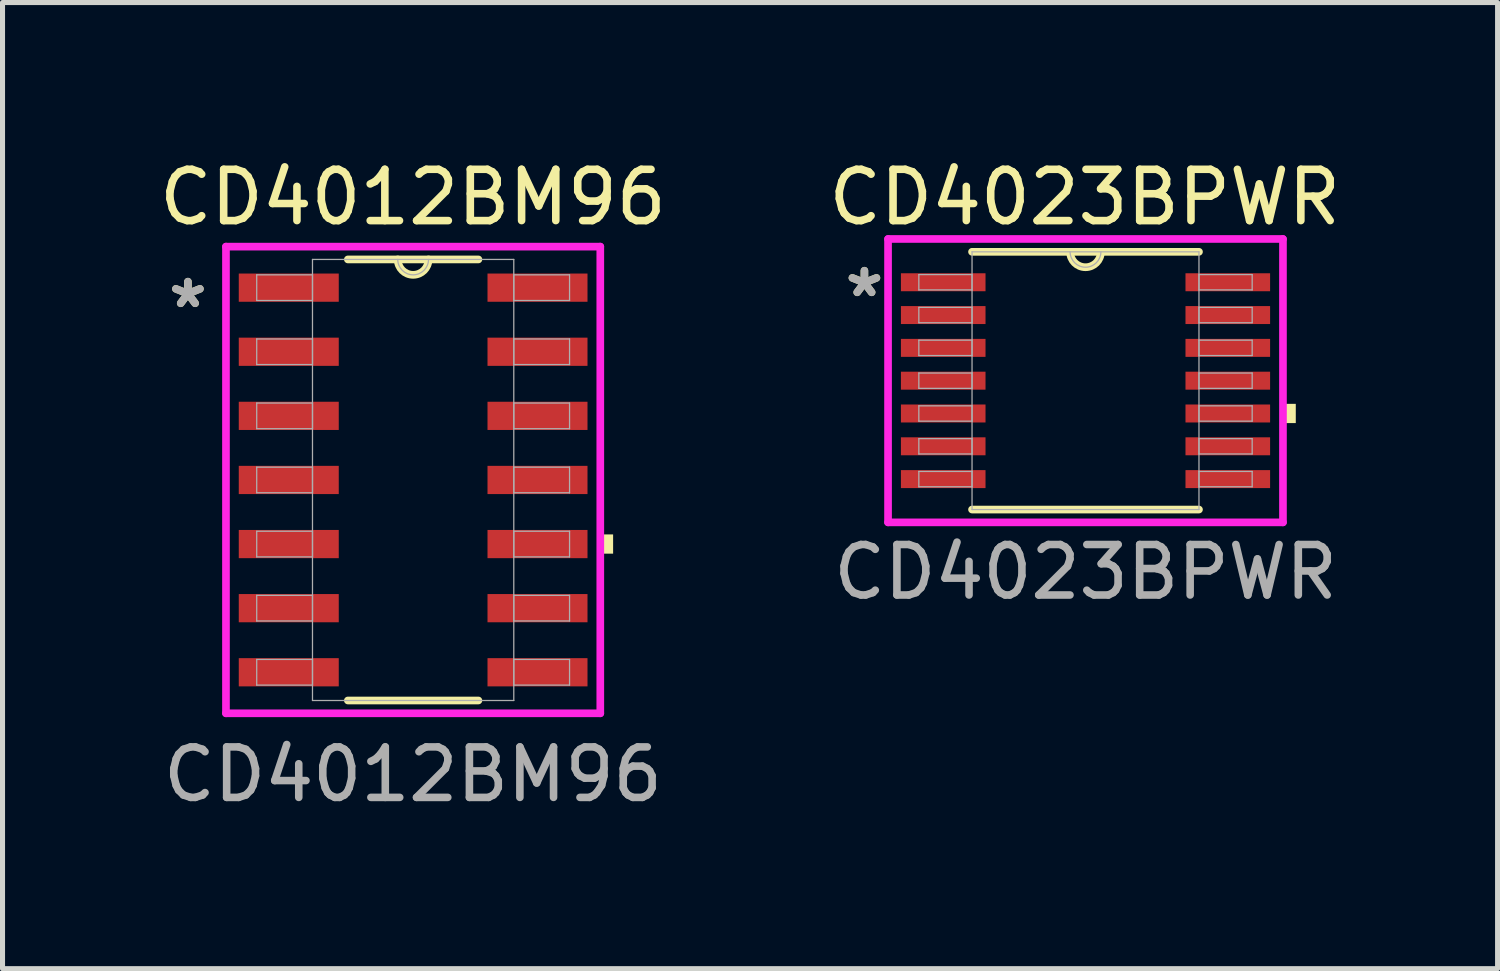
<source format=kicad_pcb>
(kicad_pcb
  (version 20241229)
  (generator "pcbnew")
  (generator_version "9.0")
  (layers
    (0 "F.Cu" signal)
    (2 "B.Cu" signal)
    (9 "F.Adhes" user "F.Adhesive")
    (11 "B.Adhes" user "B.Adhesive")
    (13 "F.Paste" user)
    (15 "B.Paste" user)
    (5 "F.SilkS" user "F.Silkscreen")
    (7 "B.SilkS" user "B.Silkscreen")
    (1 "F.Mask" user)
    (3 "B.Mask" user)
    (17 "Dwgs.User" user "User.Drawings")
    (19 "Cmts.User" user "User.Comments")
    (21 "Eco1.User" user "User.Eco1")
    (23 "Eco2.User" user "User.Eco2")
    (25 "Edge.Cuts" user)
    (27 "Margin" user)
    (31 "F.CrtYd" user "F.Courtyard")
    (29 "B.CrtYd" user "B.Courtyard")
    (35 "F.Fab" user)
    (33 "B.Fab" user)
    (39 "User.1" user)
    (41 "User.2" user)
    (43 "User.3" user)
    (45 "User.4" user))
  (footprint "CD4012BM96"
    (layer "F.Cu")
    (at 5.135 6.459)
    (property "Reference" "CD4012BM96" (at -0.004 -5.601 0) (unlocked yes) (layer "F.SilkS") (effects (font (size 1.016 1.016) (thickness 0.15))))
    (attr smd)
    (fp_line (start -1.293 4.369) (end 1.293 4.369) (stroke (width 0.152) (type solid)) (layer "F.SilkS"))
    (fp_line (start 1.293 -4.369) (end -1.293 -4.369) (stroke (width 0.152) (type solid)) (layer "F.SilkS"))
    (fp_arc (start 0.3048 -4.3688) (mid 0 -4.064) (end -0.3048 -4.3688) (stroke (width 0.1524) (type solid)) (layer "F.SilkS"))
    (fp_poly (pts (xy 3.962 1.079) (xy 3.962 1.46) (xy 3.708 1.46) (xy 3.708 1.079)) (stroke (width 0) (type solid)) (fill yes) (layer "F.SilkS"))
    (fp_line (start -3.708 -4.623) (end 3.708 -4.623) (stroke (width 0.152) (type solid)) (layer "F.CrtYd"))
    (fp_line (start -3.708 4.623) (end -3.708 -4.623) (stroke (width 0.152) (type solid)) (layer "F.CrtYd"))
    (fp_line (start 3.708 -4.623) (end 3.708 4.623) (stroke (width 0.152) (type solid)) (layer "F.CrtYd"))
    (fp_line (start 3.708 4.623) (end -3.708 4.623) (stroke (width 0.152) (type solid)) (layer "F.CrtYd"))
    (fp_line (start -3.099 -4.064) (end -3.099 -3.556) (stroke (width 0.025) (type solid)) (layer "F.Fab"))
    (fp_line (start -3.099 -3.556) (end -1.994 -3.556) (stroke (width 0.025) (type solid)) (layer "F.Fab"))
    (fp_line (start -3.099 -2.794) (end -3.099 -2.286) (stroke (width 0.025) (type solid)) (layer "F.Fab"))
    (fp_line (start -3.099 -2.286) (end -1.994 -2.286) (stroke (width 0.025) (type solid)) (layer "F.Fab"))
    (fp_line (start -3.099 -1.524) (end -3.099 -1.016) (stroke (width 0.025) (type solid)) (layer "F.Fab"))
    (fp_line (start -3.099 -1.016) (end -1.994 -1.016) (stroke (width 0.025) (type solid)) (layer "F.Fab"))
    (fp_line (start -3.099 -0.254) (end -3.099 0.254) (stroke (width 0.025) (type solid)) (layer "F.Fab"))
    (fp_line (start -3.099 0.254) (end -1.994 0.254) (stroke (width 0.025) (type solid)) (layer "F.Fab"))
    (fp_line (start -3.099 1.016) (end -3.099 1.524) (stroke (width 0.025) (type solid)) (layer "F.Fab"))
    (fp_line (start -3.099 1.524) (end -1.994 1.524) (stroke (width 0.025) (type solid)) (layer "F.Fab"))
    (fp_line (start -3.099 2.286) (end -3.099 2.794) (stroke (width 0.025) (type solid)) (layer "F.Fab"))
    (fp_line (start -3.099 2.794) (end -1.994 2.794) (stroke (width 0.025) (type solid)) (layer "F.Fab"))
    (fp_line (start -3.099 3.556) (end -3.099 4.064) (stroke (width 0.025) (type solid)) (layer "F.Fab"))
    (fp_line (start -3.099 4.064) (end -1.994 4.064) (stroke (width 0.025) (type solid)) (layer "F.Fab"))
    (fp_line (start -1.994 -4.369) (end -1.994 4.369) (stroke (width 0.025) (type solid)) (layer "F.Fab"))
    (fp_line (start -1.994 -4.064) (end -3.099 -4.064) (stroke (width 0.025) (type solid)) (layer "F.Fab"))
    (fp_line (start -1.994 -3.556) (end -1.994 -4.064) (stroke (width 0.025) (type solid)) (layer "F.Fab"))
    (fp_line (start -1.994 -2.794) (end -3.099 -2.794) (stroke (width 0.025) (type solid)) (layer "F.Fab"))
    (fp_line (start -1.994 -2.286) (end -1.994 -2.794) (stroke (width 0.025) (type solid)) (layer "F.Fab"))
    (fp_line (start -1.994 -1.524) (end -3.099 -1.524) (stroke (width 0.025) (type solid)) (layer "F.Fab"))
    (fp_line (start -1.994 -1.016) (end -1.994 -1.524) (stroke (width 0.025) (type solid)) (layer "F.Fab"))
    (fp_line (start -1.994 -0.254) (end -3.099 -0.254) (stroke (width 0.025) (type solid)) (layer "F.Fab"))
    (fp_line (start -1.994 0.254) (end -1.994 -0.254) (stroke (width 0.025) (type solid)) (layer "F.Fab"))
    (fp_line (start -1.994 1.016) (end -3.099 1.016) (stroke (width 0.025) (type solid)) (layer "F.Fab"))
    (fp_line (start -1.994 1.524) (end -1.994 1.016) (stroke (width 0.025) (type solid)) (layer "F.Fab"))
    (fp_line (start -1.994 2.286) (end -3.099 2.286) (stroke (width 0.025) (type solid)) (layer "F.Fab"))
    (fp_line (start -1.994 2.794) (end -1.994 2.286) (stroke (width 0.025) (type solid)) (layer "F.Fab"))
    (fp_line (start -1.994 3.556) (end -3.099 3.556) (stroke (width 0.025) (type solid)) (layer "F.Fab"))
    (fp_line (start -1.994 4.064) (end -1.994 3.556) (stroke (width 0.025) (type solid)) (layer "F.Fab"))
    (fp_line (start -1.994 4.369) (end 1.994 4.369) (stroke (width 0.025) (type solid)) (layer "F.Fab"))
    (fp_line (start 1.994 -4.369) (end -1.994 -4.369) (stroke (width 0.025) (type solid)) (layer "F.Fab"))
    (fp_line (start 1.994 -4.064) (end 1.994 -3.556) (stroke (width 0.025) (type solid)) (layer "F.Fab"))
    (fp_line (start 1.994 -3.556) (end 3.099 -3.556) (stroke (width 0.025) (type solid)) (layer "F.Fab"))
    (fp_line (start 1.994 -2.794) (end 1.994 -2.286) (stroke (width 0.025) (type solid)) (layer "F.Fab"))
    (fp_line (start 1.994 -2.286) (end 3.099 -2.286) (stroke (width 0.025) (type solid)) (layer "F.Fab"))
    (fp_line (start 1.994 -1.524) (end 1.994 -1.016) (stroke (width 0.025) (type solid)) (layer "F.Fab"))
    (fp_line (start 1.994 -1.016) (end 3.099 -1.016) (stroke (width 0.025) (type solid)) (layer "F.Fab"))
    (fp_line (start 1.994 -0.254) (end 1.994 0.254) (stroke (width 0.025) (type solid)) (layer "F.Fab"))
    (fp_line (start 1.994 0.254) (end 3.099 0.254) (stroke (width 0.025) (type solid)) (layer "F.Fab"))
    (fp_line (start 1.994 1.016) (end 1.994 1.524) (stroke (width 0.025) (type solid)) (layer "F.Fab"))
    (fp_line (start 1.994 1.524) (end 3.099 1.524) (stroke (width 0.025) (type solid)) (layer "F.Fab"))
    (fp_line (start 1.994 2.286) (end 1.994 2.794) (stroke (width 0.025) (type solid)) (layer "F.Fab"))
    (fp_line (start 1.994 2.794) (end 3.099 2.794) (stroke (width 0.025) (type solid)) (layer "F.Fab"))
    (fp_line (start 1.994 3.556) (end 1.994 4.064) (stroke (width 0.025) (type solid)) (layer "F.Fab"))
    (fp_line (start 1.994 4.064) (end 3.099 4.064) (stroke (width 0.025) (type solid)) (layer "F.Fab"))
    (fp_line (start 1.994 4.369) (end 1.994 -4.369) (stroke (width 0.025) (type solid)) (layer "F.Fab"))
    (fp_line (start 3.099 -4.064) (end 1.994 -4.064) (stroke (width 0.025) (type solid)) (layer "F.Fab"))
    (fp_line (start 3.099 -3.556) (end 3.099 -4.064) (stroke (width 0.025) (type solid)) (layer "F.Fab"))
    (fp_line (start 3.099 -2.794) (end 1.994 -2.794) (stroke (width 0.025) (type solid)) (layer "F.Fab"))
    (fp_line (start 3.099 -2.286) (end 3.099 -2.794) (stroke (width 0.025) (type solid)) (layer "F.Fab"))
    (fp_line (start 3.099 -1.524) (end 1.994 -1.524) (stroke (width 0.025) (type solid)) (layer "F.Fab"))
    (fp_line (start 3.099 -1.016) (end 3.099 -1.524) (stroke (width 0.025) (type solid)) (layer "F.Fab"))
    (fp_line (start 3.099 -0.254) (end 1.994 -0.254) (stroke (width 0.025) (type solid)) (layer "F.Fab"))
    (fp_line (start 3.099 0.254) (end 3.099 -0.254) (stroke (width 0.025) (type solid)) (layer "F.Fab"))
    (fp_line (start 3.099 1.016) (end 1.994 1.016) (stroke (width 0.025) (type solid)) (layer "F.Fab"))
    (fp_line (start 3.099 1.524) (end 3.099 1.016) (stroke (width 0.025) (type solid)) (layer "F.Fab"))
    (fp_line (start 3.099 2.286) (end 1.994 2.286) (stroke (width 0.025) (type solid)) (layer "F.Fab"))
    (fp_line (start 3.099 2.794) (end 3.099 2.286) (stroke (width 0.025) (type solid)) (layer "F.Fab"))
    (fp_line (start 3.099 3.556) (end 1.994 3.556) (stroke (width 0.025) (type solid)) (layer "F.Fab"))
    (fp_line (start 3.099 4.064) (end 3.099 3.556) (stroke (width 0.025) (type solid)) (layer "F.Fab"))
    (fp_arc (start 0.3048 -4.3688) (mid 0 -4.064) (end -0.3048 -4.3688) (stroke (width 0.0254) (type solid)) (layer "F.Fab"))
    (fp_text user "*" (at -4.462 -3.384 0) (layer "F.SilkS") (effects (font (size 1 1) (thickness 0.15))))
    (fp_text user "${REFERENCE}" (at -0.004 5.834 0) (unlocked yes) (layer "F.Fab") (effects (font (size 1 1) (thickness 0.15))))
    (fp_text user "*" (at -4.462 -3.384 0) (layer "F.Fab") (effects (font (size 1 1) (thickness 0.15))))
    (pad "1" smd rect (at -2.464 -3.81) (size 1.981 0.559) (layers "F.Cu" "F.Mask" "F.Paste"))
    (pad "2" smd rect (at -2.464 -2.54) (size 1.981 0.559) (layers "F.Cu" "F.Mask" "F.Paste"))
    (pad "3" smd rect (at -2.464 -1.27) (size 1.981 0.559) (layers "F.Cu" "F.Mask" "F.Paste"))
    (pad "4" smd rect (at -2.464 0) (size 1.981 0.559) (layers "F.Cu" "F.Mask" "F.Paste"))
    (pad "5" smd rect (at -2.464 1.27) (size 1.981 0.559) (layers "F.Cu" "F.Mask" "F.Paste"))
    (pad "6" smd rect (at -2.464 2.54) (size 1.981 0.559) (layers "F.Cu" "F.Mask" "F.Paste"))
    (pad "7" smd rect (at -2.464 3.81) (size 1.981 0.559) (layers "F.Cu" "F.Mask" "F.Paste"))
    (pad "8" smd rect (at 2.464 3.81) (size 1.981 0.559) (layers "F.Cu" "F.Mask" "F.Paste"))
    (pad "9" smd rect (at 2.464 2.54) (size 1.981 0.559) (layers "F.Cu" "F.Mask" "F.Paste"))
    (pad "10" smd rect (at 2.464 1.27) (size 1.981 0.559) (layers "F.Cu" "F.Mask" "F.Paste"))
    (pad "11" smd rect (at 2.464 0) (size 1.981 0.559) (layers "F.Cu" "F.Mask" "F.Paste"))
    (pad "12" smd rect (at 2.464 -1.27) (size 1.981 0.559) (layers "F.Cu" "F.Mask" "F.Paste"))
    (pad "13" smd rect (at 2.464 -2.54) (size 1.981 0.559) (layers "F.Cu" "F.Mask" "F.Paste"))
    (pad "14" smd rect (at 2.464 -3.81) (size 1.981 0.559) (layers "F.Cu" "F.Mask" "F.Paste")))
  (footprint "CD4023BPWR"
    (layer "F.Cu")
    (at 18.456 4.492)
    (property "Reference" "CD4023BPWR" (at -0.015 -3.634 0) (unlocked yes) (layer "F.SilkS") (effects (font (size 1.016 1.016) (thickness 0.15))))
    (attr smd)
    (fp_line (start -2.248 2.553) (end 2.248 2.553) (stroke (width 0.152) (type solid)) (layer "F.SilkS"))
    (fp_line (start 2.248 -2.553) (end -2.248 -2.553) (stroke (width 0.152) (type solid)) (layer "F.SilkS"))
    (fp_arc (start 0.3048 -2.5527) (mid 0 -2.2479) (end -0.3048 -2.5527) (stroke (width 0.1524) (type solid)) (layer "F.SilkS"))
    (fp_poly (pts (xy 4.166 0.459) (xy 4.166 0.84) (xy 3.912 0.84) (xy 3.912 0.459)) (stroke (width 0) (type solid)) (fill yes) (layer "F.SilkS"))
    (fp_line (start -3.912 -2.807) (end 3.912 -2.807) (stroke (width 0.152) (type solid)) (layer "F.CrtYd"))
    (fp_line (start -3.912 2.807) (end -3.912 -2.807) (stroke (width 0.152) (type solid)) (layer "F.CrtYd"))
    (fp_line (start 3.912 -2.807) (end 3.912 2.807) (stroke (width 0.152) (type solid)) (layer "F.CrtYd"))
    (fp_line (start 3.912 2.807) (end -3.912 2.807) (stroke (width 0.152) (type solid)) (layer "F.CrtYd"))
    (fp_line (start -3.302 -2.102) (end -3.302 -1.798) (stroke (width 0.025) (type solid)) (layer "F.Fab"))
    (fp_line (start -3.302 -1.798) (end -2.248 -1.798) (stroke (width 0.025) (type solid)) (layer "F.Fab"))
    (fp_line (start -3.302 -1.452) (end -3.302 -1.148) (stroke (width 0.025) (type solid)) (layer "F.Fab"))
    (fp_line (start -3.302 -1.148) (end -2.248 -1.148) (stroke (width 0.025) (type solid)) (layer "F.Fab"))
    (fp_line (start -3.302 -0.802) (end -3.302 -0.498) (stroke (width 0.025) (type solid)) (layer "F.Fab"))
    (fp_line (start -3.302 -0.498) (end -2.248 -0.498) (stroke (width 0.025) (type solid)) (layer "F.Fab"))
    (fp_line (start -3.302 -0.152) (end -3.302 0.152) (stroke (width 0.025) (type solid)) (layer "F.Fab"))
    (fp_line (start -3.302 0.152) (end -2.248 0.152) (stroke (width 0.025) (type solid)) (layer "F.Fab"))
    (fp_line (start -3.302 0.498) (end -3.302 0.802) (stroke (width 0.025) (type solid)) (layer "F.Fab"))
    (fp_line (start -3.302 0.802) (end -2.248 0.802) (stroke (width 0.025) (type solid)) (layer "F.Fab"))
    (fp_line (start -3.302 1.148) (end -3.302 1.452) (stroke (width 0.025) (type solid)) (layer "F.Fab"))
    (fp_line (start -3.302 1.452) (end -2.248 1.452) (stroke (width 0.025) (type solid)) (layer "F.Fab"))
    (fp_line (start -3.302 1.798) (end -3.302 2.102) (stroke (width 0.025) (type solid)) (layer "F.Fab"))
    (fp_line (start -3.302 2.102) (end -2.248 2.102) (stroke (width 0.025) (type solid)) (layer "F.Fab"))
    (fp_line (start -2.248 -2.553) (end -2.248 2.553) (stroke (width 0.025) (type solid)) (layer "F.Fab"))
    (fp_line (start -2.248 -2.102) (end -3.302 -2.102) (stroke (width 0.025) (type solid)) (layer "F.Fab"))
    (fp_line (start -2.248 -1.798) (end -2.248 -2.102) (stroke (width 0.025) (type solid)) (layer "F.Fab"))
    (fp_line (start -2.248 -1.452) (end -3.302 -1.452) (stroke (width 0.025) (type solid)) (layer "F.Fab"))
    (fp_line (start -2.248 -1.148) (end -2.248 -1.452) (stroke (width 0.025) (type solid)) (layer "F.Fab"))
    (fp_line (start -2.248 -0.802) (end -3.302 -0.802) (stroke (width 0.025) (type solid)) (layer "F.Fab"))
    (fp_line (start -2.248 -0.498) (end -2.248 -0.802) (stroke (width 0.025) (type solid)) (layer "F.Fab"))
    (fp_line (start -2.248 -0.152) (end -3.302 -0.152) (stroke (width 0.025) (type solid)) (layer "F.Fab"))
    (fp_line (start -2.248 0.152) (end -2.248 -0.152) (stroke (width 0.025) (type solid)) (layer "F.Fab"))
    (fp_line (start -2.248 0.498) (end -3.302 0.498) (stroke (width 0.025) (type solid)) (layer "F.Fab"))
    (fp_line (start -2.248 0.802) (end -2.248 0.498) (stroke (width 0.025) (type solid)) (layer "F.Fab"))
    (fp_line (start -2.248 1.148) (end -3.302 1.148) (stroke (width 0.025) (type solid)) (layer "F.Fab"))
    (fp_line (start -2.248 1.452) (end -2.248 1.148) (stroke (width 0.025) (type solid)) (layer "F.Fab"))
    (fp_line (start -2.248 1.798) (end -3.302 1.798) (stroke (width 0.025) (type solid)) (layer "F.Fab"))
    (fp_line (start -2.248 2.102) (end -2.248 1.798) (stroke (width 0.025) (type solid)) (layer "F.Fab"))
    (fp_line (start -2.248 2.553) (end 2.248 2.553) (stroke (width 0.025) (type solid)) (layer "F.Fab"))
    (fp_line (start 2.248 -2.553) (end -2.248 -2.553) (stroke (width 0.025) (type solid)) (layer "F.Fab"))
    (fp_line (start 2.248 -2.102) (end 2.248 -1.798) (stroke (width 0.025) (type solid)) (layer "F.Fab"))
    (fp_line (start 2.248 -1.798) (end 3.302 -1.798) (stroke (width 0.025) (type solid)) (layer "F.Fab"))
    (fp_line (start 2.248 -1.452) (end 2.248 -1.148) (stroke (width 0.025) (type solid)) (layer "F.Fab"))
    (fp_line (start 2.248 -1.148) (end 3.302 -1.148) (stroke (width 0.025) (type solid)) (layer "F.Fab"))
    (fp_line (start 2.248 -0.802) (end 2.248 -0.498) (stroke (width 0.025) (type solid)) (layer "F.Fab"))
    (fp_line (start 2.248 -0.498) (end 3.302 -0.498) (stroke (width 0.025) (type solid)) (layer "F.Fab"))
    (fp_line (start 2.248 -0.152) (end 2.248 0.152) (stroke (width 0.025) (type solid)) (layer "F.Fab"))
    (fp_line (start 2.248 0.152) (end 3.302 0.152) (stroke (width 0.025) (type solid)) (layer "F.Fab"))
    (fp_line (start 2.248 0.498) (end 2.248 0.802) (stroke (width 0.025) (type solid)) (layer "F.Fab"))
    (fp_line (start 2.248 0.802) (end 3.302 0.802) (stroke (width 0.025) (type solid)) (layer "F.Fab"))
    (fp_line (start 2.248 1.148) (end 2.248 1.452) (stroke (width 0.025) (type solid)) (layer "F.Fab"))
    (fp_line (start 2.248 1.452) (end 3.302 1.452) (stroke (width 0.025) (type solid)) (layer "F.Fab"))
    (fp_line (start 2.248 1.798) (end 2.248 2.102) (stroke (width 0.025) (type solid)) (layer "F.Fab"))
    (fp_line (start 2.248 2.102) (end 3.302 2.102) (stroke (width 0.025) (type solid)) (layer "F.Fab"))
    (fp_line (start 2.248 2.553) (end 2.248 -2.553) (stroke (width 0.025) (type solid)) (layer "F.Fab"))
    (fp_line (start 3.302 -2.102) (end 2.248 -2.102) (stroke (width 0.025) (type solid)) (layer "F.Fab"))
    (fp_line (start 3.302 -1.798) (end 3.302 -2.102) (stroke (width 0.025) (type solid)) (layer "F.Fab"))
    (fp_line (start 3.302 -1.452) (end 2.248 -1.452) (stroke (width 0.025) (type solid)) (layer "F.Fab"))
    (fp_line (start 3.302 -1.148) (end 3.302 -1.452) (stroke (width 0.025) (type solid)) (layer "F.Fab"))
    (fp_line (start 3.302 -0.802) (end 2.248 -0.802) (stroke (width 0.025) (type solid)) (layer "F.Fab"))
    (fp_line (start 3.302 -0.498) (end 3.302 -0.802) (stroke (width 0.025) (type solid)) (layer "F.Fab"))
    (fp_line (start 3.302 -0.152) (end 2.248 -0.152) (stroke (width 0.025) (type solid)) (layer "F.Fab"))
    (fp_line (start 3.302 0.152) (end 3.302 -0.152) (stroke (width 0.025) (type solid)) (layer "F.Fab"))
    (fp_line (start 3.302 0.498) (end 2.248 0.498) (stroke (width 0.025) (type solid)) (layer "F.Fab"))
    (fp_line (start 3.302 0.802) (end 3.302 0.498) (stroke (width 0.025) (type solid)) (layer "F.Fab"))
    (fp_line (start 3.302 1.148) (end 2.248 1.148) (stroke (width 0.025) (type solid)) (layer "F.Fab"))
    (fp_line (start 3.302 1.452) (end 3.302 1.148) (stroke (width 0.025) (type solid)) (layer "F.Fab"))
    (fp_line (start 3.302 1.798) (end 2.248 1.798) (stroke (width 0.025) (type solid)) (layer "F.Fab"))
    (fp_line (start 3.302 2.102) (end 3.302 1.798) (stroke (width 0.025) (type solid)) (layer "F.Fab"))
    (fp_arc (start 0.3048 -2.5527) (mid 0 -2.2479) (end -0.3048 -2.5527) (stroke (width 0.0254) (type solid)) (layer "F.Fab"))
    (fp_text user "*" (at -4.38 -1.634 0) (layer "F.SilkS") (effects (font (size 1 1) (thickness 0.15))))
    (fp_text user "${REFERENCE}" (at 0.002 3.791 0) (unlocked yes) (layer "F.Fab") (effects (font (size 1 1) (thickness 0.15))))
    (fp_text user "*" (at -4.38 -1.634 0) (layer "F.Fab") (effects (font (size 1 1) (thickness 0.15))))
    (pad "1" smd rect (at -2.819 -1.95) (size 1.676 0.356) (layers "F.Cu" "F.Mask" "F.Paste"))
    (pad "2" smd rect (at -2.819 -1.3) (size 1.676 0.356) (layers "F.Cu" "F.Mask" "F.Paste"))
    (pad "3" smd rect (at -2.819 -0.65) (size 1.676 0.356) (layers "F.Cu" "F.Mask" "F.Paste"))
    (pad "4" smd rect (at -2.819 0) (size 1.676 0.356) (layers "F.Cu" "F.Mask" "F.Paste"))
    (pad "5" smd rect (at -2.819 0.65) (size 1.676 0.356) (layers "F.Cu" "F.Mask" "F.Paste"))
    (pad "6" smd rect (at -2.819 1.3) (size 1.676 0.356) (layers "F.Cu" "F.Mask" "F.Paste"))
    (pad "7" smd rect (at -2.819 1.95) (size 1.676 0.356) (layers "F.Cu" "F.Mask" "F.Paste"))
    (pad "8" smd rect (at 2.819 1.95) (size 1.676 0.356) (layers "F.Cu" "F.Mask" "F.Paste"))
    (pad "9" smd rect (at 2.819 1.3) (size 1.676 0.356) (layers "F.Cu" "F.Mask" "F.Paste"))
    (pad "10" smd rect (at 2.819 0.65) (size 1.676 0.356) (layers "F.Cu" "F.Mask" "F.Paste"))
    (pad "11" smd rect (at 2.819 0) (size 1.676 0.356) (layers "F.Cu" "F.Mask" "F.Paste"))
    (pad "12" smd rect (at 2.819 -0.65) (size 1.676 0.356) (layers "F.Cu" "F.Mask" "F.Paste"))
    (pad "13" smd rect (at 2.819 -1.3) (size 1.676 0.356) (layers "F.Cu" "F.Mask" "F.Paste"))
    (pad "14" smd rect (at 2.819 -1.95) (size 1.676 0.356) (layers "F.Cu" "F.Mask" "F.Paste")))
  (gr_rect
    (start -3 -3)
    (end 26.62 16.141)
    (stroke (width 0.1) (type default))
    (fill no)
    (layer "Edge.Cuts")))
</source>
